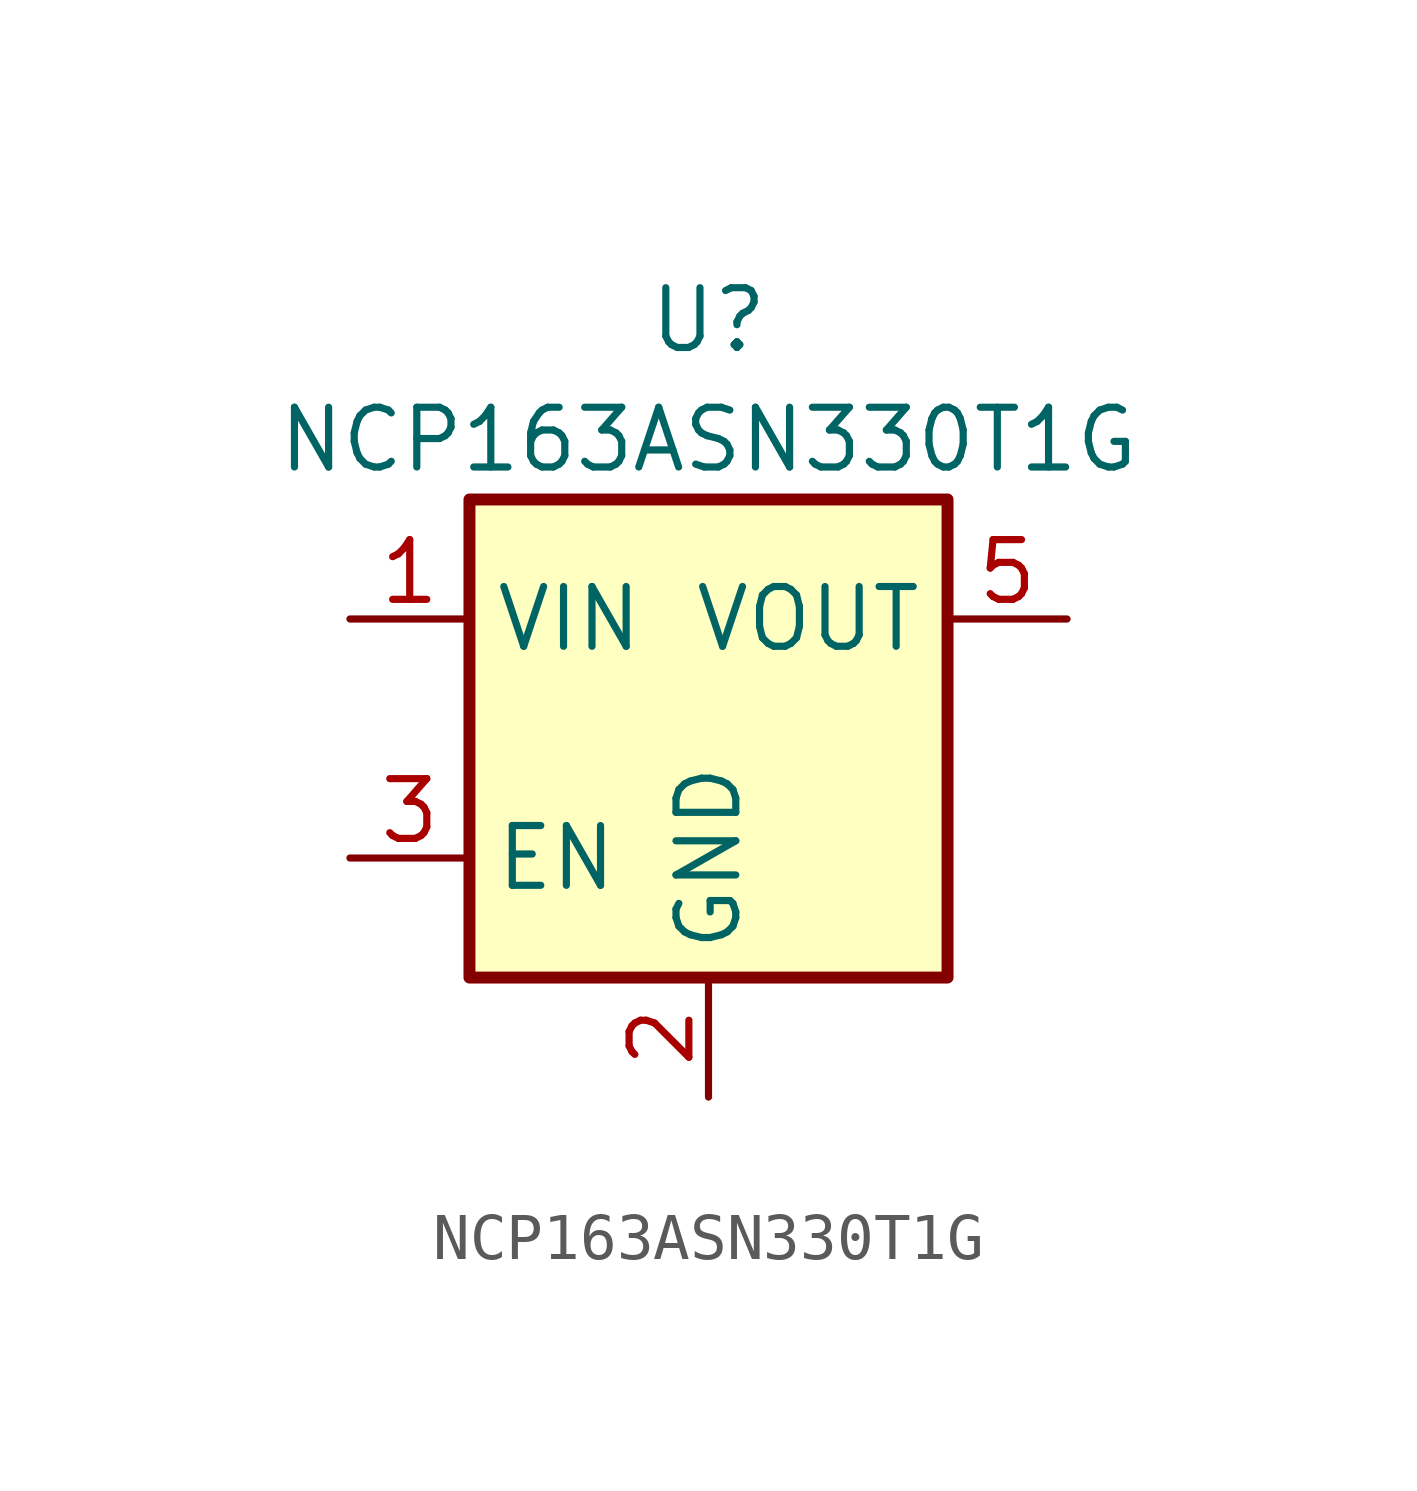
<source format=kicad_sym>
(kicad_symbol_lib
  (version 20231120)
  (generator "kicad_symbol_editor")
  (generator_version "8.0")
  (symbol "NCP163ASN330T1G"
    (property "Reference" "U"
      (at 0 8.89 0)
      (effects (font (size 1.27 1.27))))
    (property "Value" "NCP163ASN330T1G"
      (at 0 6.35 0)
      (effects (font (size 1.27 1.27))))
    (symbol "NCP163ASN330T1G_0_1"
      (rectangle (start -5.08 5.08) (end 5.08 -5.08) (stroke (width 0.254) (type default)) (fill (type background))))
    (symbol "NCP163ASN330T1G_1_1"
      (pin power_in line (at -7.62 2.54 0) (length 2.54) (name "VIN" (effects (font (size 1.27 1.27)))) (number "1" (effects (font (size 1.27 1.27)))))
      (pin power_in line (at 0 -7.62 90) (length 2.54) (name "GND" (effects (font (size 1.27 1.27)))) (number "2" (effects (font (size 1.27 1.27)))))
      (pin input line (at -7.62 -2.54 0) (length 2.54) (name "EN" (effects (font (size 1.27 1.27)))) (number "3" (effects (font (size 1.27 1.27)))))
      (pin no_connect line (at 5.08 -2.54 180) (length 2.54) hide (name "NC" (effects (font (size 1.27 1.27)))) (number "4" (effects (font (size 1.27 1.27)))))
      (pin power_out line (at 7.62 2.54 180) (length 2.54) (name "VOUT" (effects (font (size 1.27 1.27)))) (number "5" (effects (font (size 1.27 1.27))))))))
</source>
